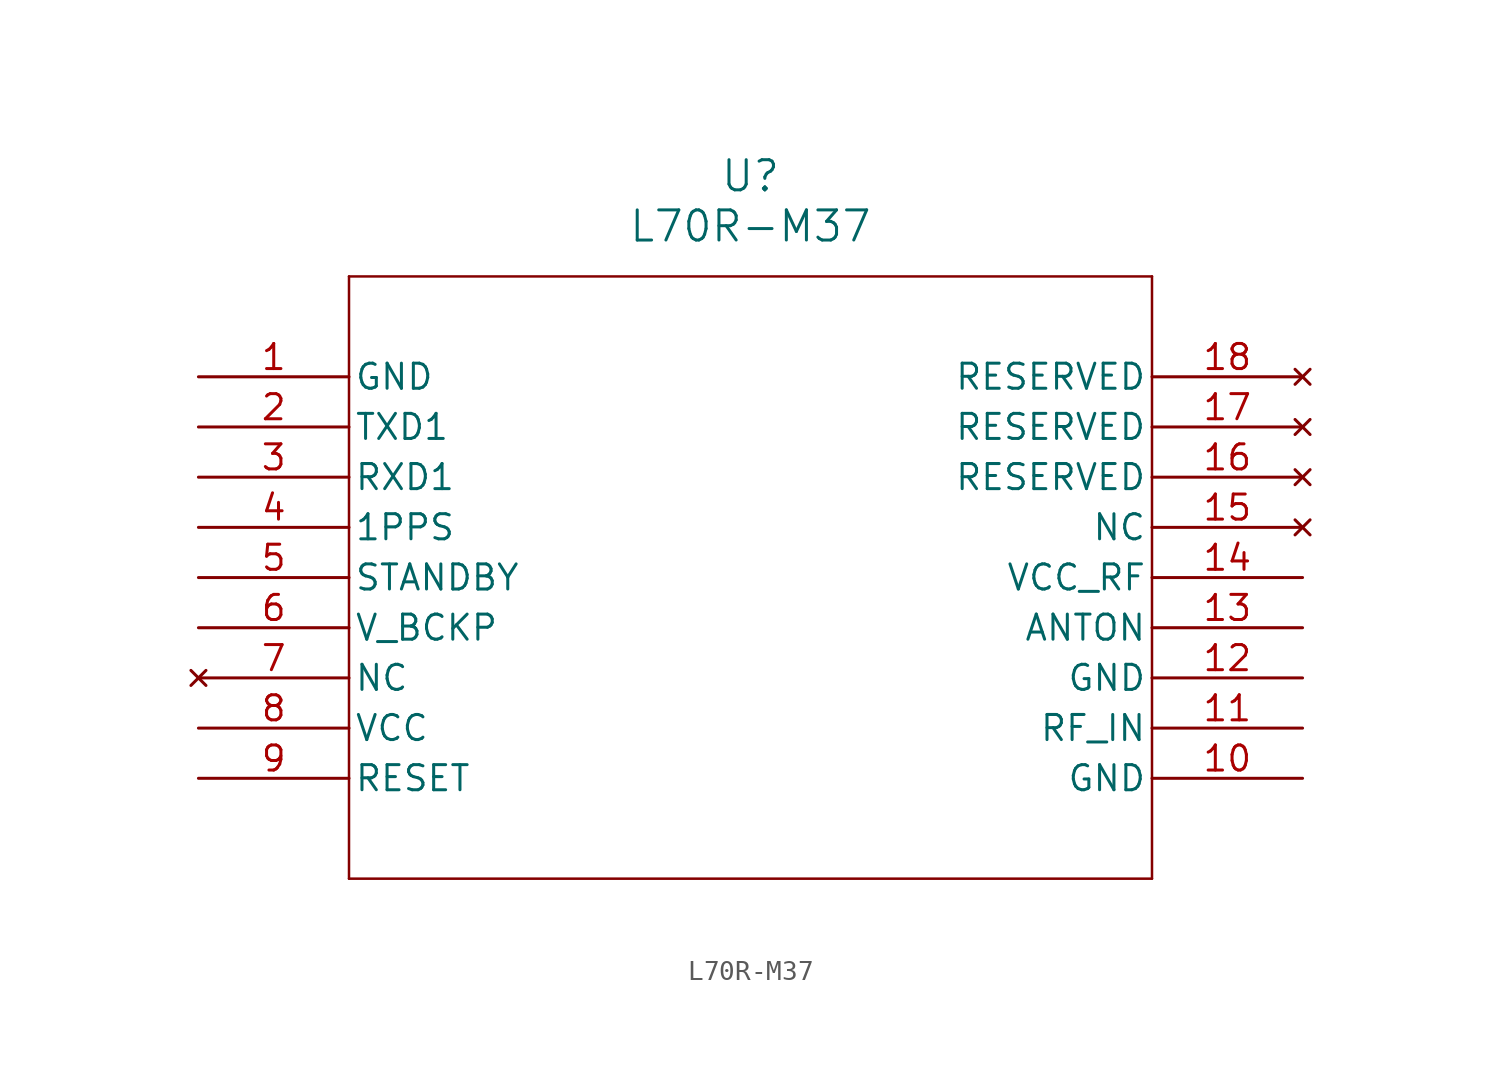
<source format=kicad_sym>
(kicad_symbol_lib
  (version 20211014)
  (generator kicad_symbol_editor)
  (symbol "L70R-M37"
    (pin_names
      (offset 0.254))
    (property "Reference" "U"
      (at 27.94 10.16 0)
      (effects (font (size 1.524 1.524))))
    (property "Value" "L70R-M37"
      (at 27.94 7.62 0)
      (effects (font (size 1.524 1.524))))
    (symbol "L70R-M37_0_1"
      (polyline (pts (xy 7.62 5.08) (xy 7.62 -25.4)) (stroke (width 0.127) (type default) (color 0 0 0 0)) (fill (type none)))
      (polyline (pts (xy 7.62 -25.4) (xy 48.26 -25.4)) (stroke (width 0.127) (type default) (color 0 0 0 0)) (fill (type none)))
      (polyline (pts (xy 48.26 -25.4) (xy 48.26 5.08)) (stroke (width 0.127) (type default) (color 0 0 0 0)) (fill (type none)))
      (polyline (pts (xy 48.26 5.08) (xy 7.62 5.08)) (stroke (width 0.127) (type default) (color 0 0 0 0)) (fill (type none)))
      (pin power_out line (at 0 0 0) (length 7.62) (name "GND" (effects (font (size 1.27 1.27)))) (number "1" (effects (font (size 1.27 1.27)))))
      (pin output line (at 0 -2.54 0) (length 7.62) (name "TXD1" (effects (font (size 1.27 1.27)))) (number "2" (effects (font (size 1.27 1.27)))))
      (pin input line (at 0 -5.08 0) (length 7.62) (name "RXD1" (effects (font (size 1.27 1.27)))) (number "3" (effects (font (size 1.27 1.27)))))
      (pin output line (at 0 -7.62 0) (length 7.62) (name "1PPS" (effects (font (size 1.27 1.27)))) (number "4" (effects (font (size 1.27 1.27)))))
      (pin input line (at 0 -10.16 0) (length 7.62) (name "STANDBY" (effects (font (size 1.27 1.27)))) (number "5" (effects (font (size 1.27 1.27)))))
      (pin power_in line (at 0 -12.7 0) (length 7.62) (name "V_BCKP" (effects (font (size 1.27 1.27)))) (number "6" (effects (font (size 1.27 1.27)))))
      (pin no_connect line (at 0 -15.24 0) (length 7.62) (name "NC" (effects (font (size 1.27 1.27)))) (number "7" (effects (font (size 1.27 1.27)))))
      (pin power_in line (at 0 -17.78 0) (length 7.62) (name "VCC" (effects (font (size 1.27 1.27)))) (number "8" (effects (font (size 1.27 1.27)))))
      (pin input line (at 0 -20.32 0) (length 7.62) (name "RESET" (effects (font (size 1.27 1.27)))) (number "9" (effects (font (size 1.27 1.27)))))
      (pin power_out line (at 55.88 -20.32 180) (length 7.62) (name "GND" (effects (font (size 1.27 1.27)))) (number "10" (effects (font (size 1.27 1.27)))))
      (pin input line (at 55.88 -17.78 180) (length 7.62) (name "RF_IN" (effects (font (size 1.27 1.27)))) (number "11" (effects (font (size 1.27 1.27)))))
      (pin power_out line (at 55.88 -15.24 180) (length 7.62) (name "GND" (effects (font (size 1.27 1.27)))) (number "12" (effects (font (size 1.27 1.27)))))
      (pin output line (at 55.88 -12.7 180) (length 7.62) (name "ANTON" (effects (font (size 1.27 1.27)))) (number "13" (effects (font (size 1.27 1.27)))))
      (pin power_in line (at 55.88 -10.16 180) (length 7.62) (name "VCC_RF" (effects (font (size 1.27 1.27)))) (number "14" (effects (font (size 1.27 1.27)))))
      (pin no_connect line (at 55.88 -7.62 180) (length 7.62) (name "NC" (effects (font (size 1.27 1.27)))) (number "15" (effects (font (size 1.27 1.27)))))
      (pin no_connect line (at 55.88 -5.08 180) (length 7.62) (name "RESERVED" (effects (font (size 1.27 1.27)))) (number "16" (effects (font (size 1.27 1.27)))))
      (pin no_connect line (at 55.88 -2.54 180) (length 7.62) (name "RESERVED" (effects (font (size 1.27 1.27)))) (number "17" (effects (font (size 1.27 1.27)))))
      (pin no_connect line (at 55.88 0 180) (length 7.62) (name "RESERVED" (effects (font (size 1.27 1.27)))) (number "18" (effects (font (size 1.27 1.27))))))))
</source>
